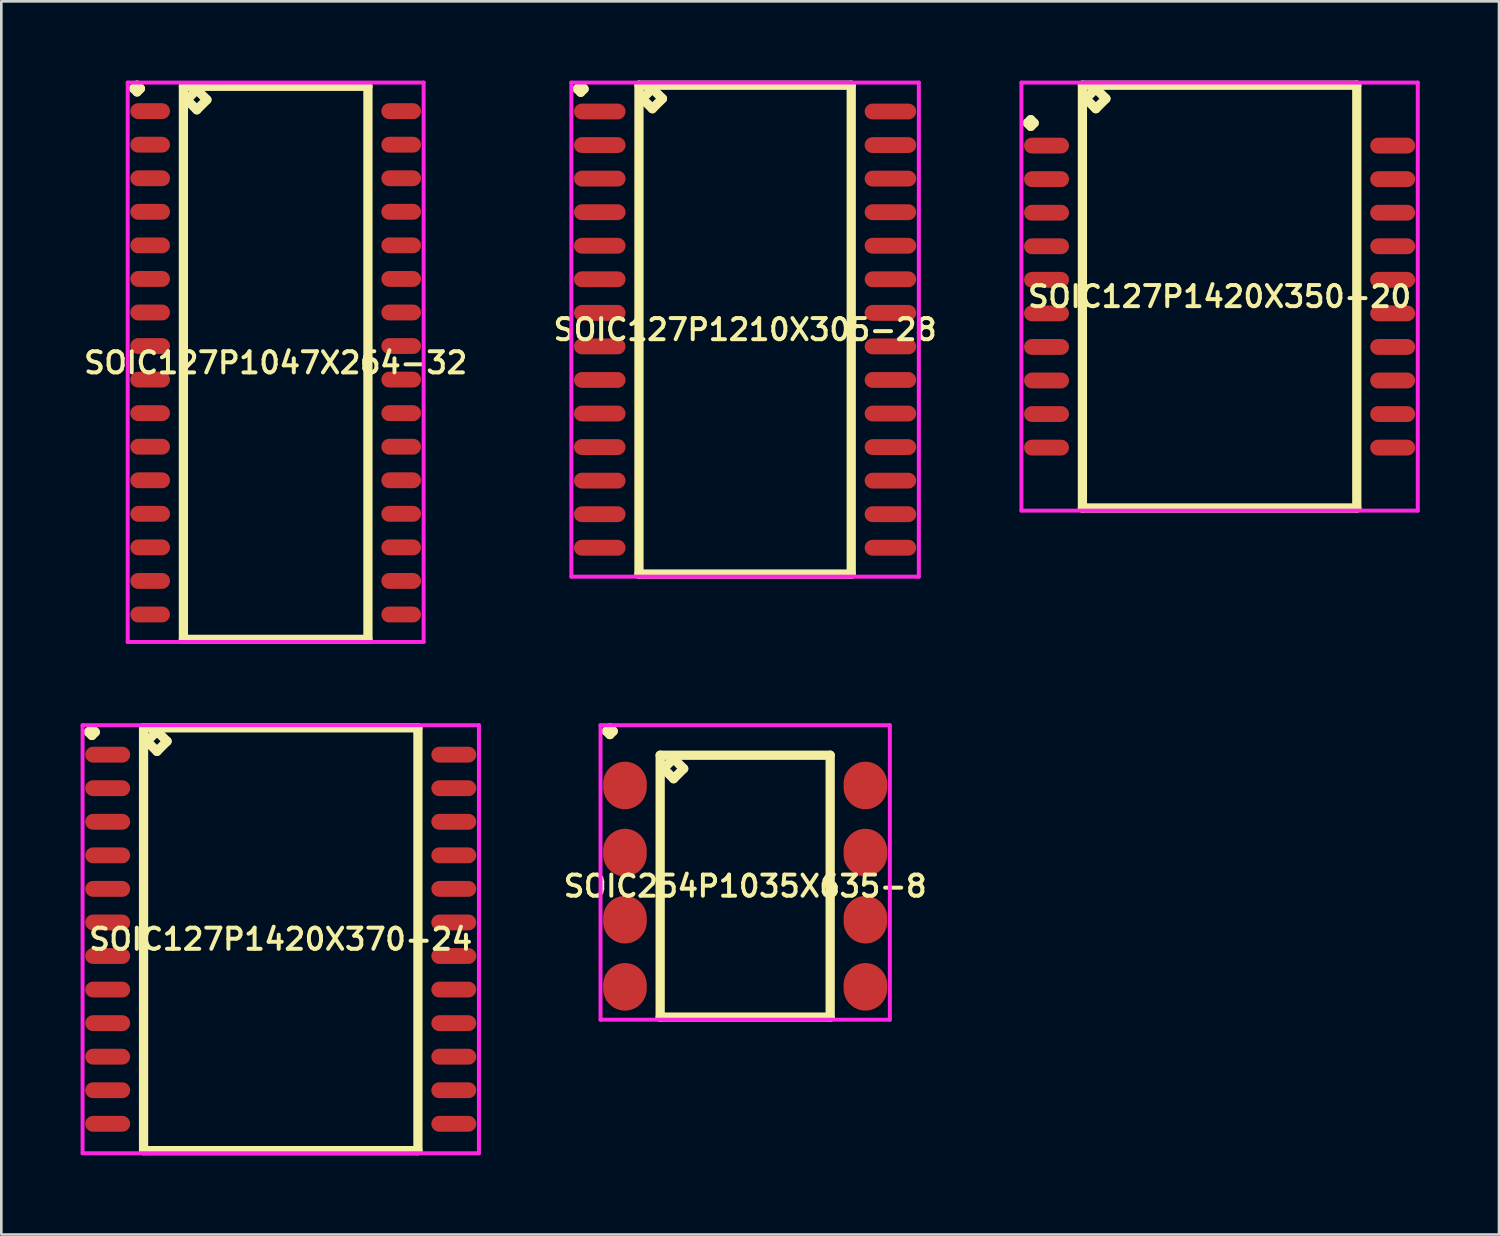
<source format=kicad_pcb>
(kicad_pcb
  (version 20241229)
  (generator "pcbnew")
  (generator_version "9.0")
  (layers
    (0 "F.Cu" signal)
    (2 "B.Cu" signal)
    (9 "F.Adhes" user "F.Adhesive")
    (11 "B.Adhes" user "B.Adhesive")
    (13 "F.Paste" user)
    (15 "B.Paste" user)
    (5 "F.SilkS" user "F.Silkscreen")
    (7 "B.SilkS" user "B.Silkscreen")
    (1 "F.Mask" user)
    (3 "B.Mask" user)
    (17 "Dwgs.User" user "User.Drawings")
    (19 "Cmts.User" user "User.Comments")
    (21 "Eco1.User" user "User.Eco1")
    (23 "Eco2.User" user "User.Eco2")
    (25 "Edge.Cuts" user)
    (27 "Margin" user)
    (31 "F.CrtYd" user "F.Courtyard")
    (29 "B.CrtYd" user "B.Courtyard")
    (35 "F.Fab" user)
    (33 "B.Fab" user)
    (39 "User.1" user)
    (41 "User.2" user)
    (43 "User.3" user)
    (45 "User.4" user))
  (footprint "SOIC127P1420X350-20"
    (layer "F.Cu")
    (at 43.107 8.175)
    (property "Reference" "SOIC127P1420X350-20" (at 0 0 0) (layer "F.SilkS") (effects (font (size 0.8 0.8) (thickness 0.15))))
    (attr smd)
    (fp_line (start -7.273 -6.569) (end -7.146 -6.696) (stroke (width 0.35) (type solid)) (layer "F.SilkS"))
    (fp_line (start -7.146 -6.696) (end -7.019 -6.569) (stroke (width 0.35) (type solid)) (layer "F.SilkS"))
    (fp_line (start -7.146 -6.442) (end -7.273 -6.569) (stroke (width 0.35) (type solid)) (layer "F.SilkS"))
    (fp_line (start -7.019 -6.569) (end -7.146 -6.442) (stroke (width 0.35) (type solid)) (layer "F.SilkS"))
    (fp_line (start -5.192 -8) (end -5.192 8) (stroke (width 0.35) (type solid)) (layer "F.SilkS"))
    (fp_line (start -5.192 8) (end 5.192 8) (stroke (width 0.35) (type solid)) (layer "F.SilkS"))
    (fp_line (start -5.065 -7.492) (end -4.684 -7.873) (stroke (width 0.35) (type solid)) (layer "F.SilkS"))
    (fp_line (start -4.684 -7.873) (end -4.303 -7.492) (stroke (width 0.35) (type solid)) (layer "F.SilkS"))
    (fp_line (start -4.684 -7.111) (end -5.065 -7.492) (stroke (width 0.35) (type solid)) (layer "F.SilkS"))
    (fp_line (start -4.303 -7.492) (end -4.684 -7.111) (stroke (width 0.35) (type solid)) (layer "F.SilkS"))
    (fp_line (start 5.192 -8) (end -5.192 -8) (stroke (width 0.35) (type solid)) (layer "F.SilkS"))
    (fp_line (start 5.192 8) (end 5.192 -8) (stroke (width 0.35) (type solid)) (layer "F.SilkS"))
    (fp_line (start -7.5 -8.1) (end 7.5 -8.1) (stroke (width 0.15) (type solid)) (layer "F.CrtYd"))
    (fp_line (start -7.5 8.1) (end -7.5 -8.1) (stroke (width 0.15) (type solid)) (layer "F.CrtYd"))
    (fp_line (start 7.5 -8.1) (end 7.5 8.1) (stroke (width 0.15) (type solid)) (layer "F.CrtYd"))
    (fp_line (start 7.5 8.1) (end -7.5 8.1) (stroke (width 0.15) (type solid)) (layer "F.CrtYd"))
    (pad "1" smd oval (at -6.55 -5.715) (size 1.7 0.6) (layers "F.Cu" "F.Mask" "F.Paste"))
    (pad "2" smd oval (at -6.55 -4.445) (size 1.7 0.6) (layers "F.Cu" "F.Mask" "F.Paste"))
    (pad "3" smd oval (at -6.55 -3.175) (size 1.7 0.6) (layers "F.Cu" "F.Mask" "F.Paste"))
    (pad "4" smd oval (at -6.55 -1.905) (size 1.7 0.6) (layers "F.Cu" "F.Mask" "F.Paste"))
    (pad "5" smd oval (at -6.55 -0.635) (size 1.7 0.6) (layers "F.Cu" "F.Mask" "F.Paste"))
    (pad "6" smd oval (at -6.55 0.635) (size 1.7 0.6) (layers "F.Cu" "F.Mask" "F.Paste"))
    (pad "7" smd oval (at -6.55 1.905) (size 1.7 0.6) (layers "F.Cu" "F.Mask" "F.Paste"))
    (pad "8" smd oval (at -6.55 3.175) (size 1.7 0.6) (layers "F.Cu" "F.Mask" "F.Paste"))
    (pad "9" smd oval (at -6.55 4.445) (size 1.7 0.6) (layers "F.Cu" "F.Mask" "F.Paste"))
    (pad "10" smd oval (at -6.55 5.715) (size 1.7 0.6) (layers "F.Cu" "F.Mask" "F.Paste"))
    (pad "11" smd oval (at 6.55 5.715) (size 1.7 0.6) (layers "F.Cu" "F.Mask" "F.Paste"))
    (pad "12" smd oval (at 6.55 4.445) (size 1.7 0.6) (layers "F.Cu" "F.Mask" "F.Paste"))
    (pad "13" smd oval (at 6.55 3.175) (size 1.7 0.6) (layers "F.Cu" "F.Mask" "F.Paste"))
    (pad "14" smd oval (at 6.55 1.905) (size 1.7 0.6) (layers "F.Cu" "F.Mask" "F.Paste"))
    (pad "15" smd oval (at 6.55 0.635) (size 1.7 0.6) (layers "F.Cu" "F.Mask" "F.Paste"))
    (pad "16" smd oval (at 6.55 -0.635) (size 1.7 0.6) (layers "F.Cu" "F.Mask" "F.Paste"))
    (pad "17" smd oval (at 6.55 -1.905) (size 1.7 0.6) (layers "F.Cu" "F.Mask" "F.Paste"))
    (pad "18" smd oval (at 6.55 -3.175) (size 1.7 0.6) (layers "F.Cu" "F.Mask" "F.Paste"))
    (pad "19" smd oval (at 6.55 -4.445) (size 1.7 0.6) (layers "F.Cu" "F.Mask" "F.Paste"))
    (pad "20" smd oval (at 6.55 -5.715) (size 1.7 0.6) (layers "F.Cu" "F.Mask" "F.Paste")))
  (footprint "SOIC127P1047X264-32"
    (layer "F.Cu")
    (at 7.383 10.681)
    (property "Reference" "SOIC127P1047X264-32" (at 0 0 0) (layer "F.SilkS") (effects (font (size 0.8 0.8) (thickness 0.15))))
    (attr smd)
    (fp_line (start -5.373 -10.379) (end -5.246 -10.506) (stroke (width 0.35) (type solid)) (layer "F.SilkS"))
    (fp_line (start -5.246 -10.506) (end -5.119 -10.379) (stroke (width 0.35) (type solid)) (layer "F.SilkS"))
    (fp_line (start -5.246 -10.252) (end -5.373 -10.379) (stroke (width 0.35) (type solid)) (layer "F.SilkS"))
    (fp_line (start -5.119 -10.379) (end -5.246 -10.252) (stroke (width 0.35) (type solid)) (layer "F.SilkS"))
    (fp_line (start -3.492 -10.465) (end -3.492 10.465) (stroke (width 0.35) (type solid)) (layer "F.SilkS"))
    (fp_line (start -3.492 10.465) (end 3.492 10.465) (stroke (width 0.35) (type solid)) (layer "F.SilkS"))
    (fp_line (start -3.365 -9.957) (end -2.984 -10.338) (stroke (width 0.35) (type solid)) (layer "F.SilkS"))
    (fp_line (start -2.984 -10.338) (end -2.603 -9.957) (stroke (width 0.35) (type solid)) (layer "F.SilkS"))
    (fp_line (start -2.984 -9.576) (end -3.365 -9.957) (stroke (width 0.35) (type solid)) (layer "F.SilkS"))
    (fp_line (start -2.603 -9.957) (end -2.984 -9.576) (stroke (width 0.35) (type solid)) (layer "F.SilkS"))
    (fp_line (start 3.492 -10.465) (end -3.492 -10.465) (stroke (width 0.35) (type solid)) (layer "F.SilkS"))
    (fp_line (start 3.492 10.465) (end 3.492 -10.465) (stroke (width 0.35) (type solid)) (layer "F.SilkS"))
    (fp_line (start -5.6 -10.606) (end 5.6 -10.606) (stroke (width 0.15) (type solid)) (layer "F.CrtYd"))
    (fp_line (start -5.6 10.565) (end -5.6 -10.606) (stroke (width 0.15) (type solid)) (layer "F.CrtYd"))
    (fp_line (start 5.6 -10.606) (end 5.6 10.565) (stroke (width 0.15) (type solid)) (layer "F.CrtYd"))
    (fp_line (start 5.6 10.565) (end -5.6 10.565) (stroke (width 0.15) (type solid)) (layer "F.CrtYd"))
    (pad "1" smd oval (at -4.75 -9.525) (size 1.5 0.6) (layers "F.Cu" "F.Mask" "F.Paste"))
    (pad "2" smd oval (at -4.75 -8.255) (size 1.5 0.6) (layers "F.Cu" "F.Mask" "F.Paste"))
    (pad "3" smd oval (at -4.75 -6.985) (size 1.5 0.6) (layers "F.Cu" "F.Mask" "F.Paste"))
    (pad "4" smd oval (at -4.75 -5.715) (size 1.5 0.6) (layers "F.Cu" "F.Mask" "F.Paste"))
    (pad "5" smd oval (at -4.75 -4.445) (size 1.5 0.6) (layers "F.Cu" "F.Mask" "F.Paste"))
    (pad "6" smd oval (at -4.75 -3.175) (size 1.5 0.6) (layers "F.Cu" "F.Mask" "F.Paste"))
    (pad "7" smd oval (at -4.75 -1.905) (size 1.5 0.6) (layers "F.Cu" "F.Mask" "F.Paste"))
    (pad "8" smd oval (at -4.75 -0.635) (size 1.5 0.6) (layers "F.Cu" "F.Mask" "F.Paste"))
    (pad "9" smd oval (at -4.75 0.635) (size 1.5 0.6) (layers "F.Cu" "F.Mask" "F.Paste"))
    (pad "10" smd oval (at -4.75 1.905) (size 1.5 0.6) (layers "F.Cu" "F.Mask" "F.Paste"))
    (pad "11" smd oval (at -4.75 3.175) (size 1.5 0.6) (layers "F.Cu" "F.Mask" "F.Paste"))
    (pad "12" smd oval (at -4.75 4.445) (size 1.5 0.6) (layers "F.Cu" "F.Mask" "F.Paste"))
    (pad "13" smd oval (at -4.75 5.715) (size 1.5 0.6) (layers "F.Cu" "F.Mask" "F.Paste"))
    (pad "14" smd oval (at -4.75 6.985) (size 1.5 0.6) (layers "F.Cu" "F.Mask" "F.Paste"))
    (pad "15" smd oval (at -4.75 8.255) (size 1.5 0.6) (layers "F.Cu" "F.Mask" "F.Paste"))
    (pad "16" smd oval (at -4.75 9.525) (size 1.5 0.6) (layers "F.Cu" "F.Mask" "F.Paste"))
    (pad "17" smd oval (at 4.75 9.525) (size 1.5 0.6) (layers "F.Cu" "F.Mask" "F.Paste"))
    (pad "18" smd oval (at 4.75 8.255) (size 1.5 0.6) (layers "F.Cu" "F.Mask" "F.Paste"))
    (pad "19" smd oval (at 4.75 6.985) (size 1.5 0.6) (layers "F.Cu" "F.Mask" "F.Paste"))
    (pad "20" smd oval (at 4.75 5.715) (size 1.5 0.6) (layers "F.Cu" "F.Mask" "F.Paste"))
    (pad "21" smd oval (at 4.75 4.445) (size 1.5 0.6) (layers "F.Cu" "F.Mask" "F.Paste"))
    (pad "22" smd oval (at 4.75 3.175) (size 1.5 0.6) (layers "F.Cu" "F.Mask" "F.Paste"))
    (pad "23" smd oval (at 4.75 1.905) (size 1.5 0.6) (layers "F.Cu" "F.Mask" "F.Paste"))
    (pad "24" smd oval (at 4.75 0.635) (size 1.5 0.6) (layers "F.Cu" "F.Mask" "F.Paste"))
    (pad "25" smd oval (at 4.75 -0.635) (size 1.5 0.6) (layers "F.Cu" "F.Mask" "F.Paste"))
    (pad "26" smd oval (at 4.75 -1.905) (size 1.5 0.6) (layers "F.Cu" "F.Mask" "F.Paste"))
    (pad "27" smd oval (at 4.75 -3.175) (size 1.5 0.6) (layers "F.Cu" "F.Mask" "F.Paste"))
    (pad "28" smd oval (at 4.75 -4.445) (size 1.5 0.6) (layers "F.Cu" "F.Mask" "F.Paste"))
    (pad "29" smd oval (at 4.75 -5.715) (size 1.5 0.6) (layers "F.Cu" "F.Mask" "F.Paste"))
    (pad "30" smd oval (at 4.75 -6.985) (size 1.5 0.6) (layers "F.Cu" "F.Mask" "F.Paste"))
    (pad "31" smd oval (at 4.75 -8.255) (size 1.5 0.6) (layers "F.Cu" "F.Mask" "F.Paste"))
    (pad "32" smd oval (at 4.75 -9.525) (size 1.5 0.6) (layers "F.Cu" "F.Mask" "F.Paste")))
  (footprint "SOIC254P1035X635-8"
    (layer "F.Cu")
    (at 25.152 30.487)
    (property "Reference" "SOIC254P1035X635-8" (at 0 0 0) (layer "F.SilkS") (effects (font (size 0.8 0.8) (thickness 0.15))))
    (attr smd)
    (fp_line (start -5.248 -5.864) (end -5.121 -5.991) (stroke (width 0.35) (type solid)) (layer "F.SilkS"))
    (fp_line (start -5.121 -5.991) (end -4.994 -5.864) (stroke (width 0.35) (type solid)) (layer "F.SilkS"))
    (fp_line (start -5.121 -5.737) (end -5.248 -5.864) (stroke (width 0.35) (type solid)) (layer "F.SilkS"))
    (fp_line (start -4.994 -5.864) (end -5.121 -5.737) (stroke (width 0.35) (type solid)) (layer "F.SilkS"))
    (fp_line (start -3.217 -4.955) (end -3.217 4.955) (stroke (width 0.35) (type solid)) (layer "F.SilkS"))
    (fp_line (start -3.217 4.955) (end 3.217 4.955) (stroke (width 0.35) (type solid)) (layer "F.SilkS"))
    (fp_line (start -3.09 -4.447) (end -2.709 -4.828) (stroke (width 0.35) (type solid)) (layer "F.SilkS"))
    (fp_line (start -2.709 -4.828) (end -2.328 -4.447) (stroke (width 0.35) (type solid)) (layer "F.SilkS"))
    (fp_line (start -2.709 -4.066) (end -3.09 -4.447) (stroke (width 0.35) (type solid)) (layer "F.SilkS"))
    (fp_line (start -2.328 -4.447) (end -2.709 -4.066) (stroke (width 0.35) (type solid)) (layer "F.SilkS"))
    (fp_line (start 3.217 -4.955) (end -3.217 -4.955) (stroke (width 0.35) (type solid)) (layer "F.SilkS"))
    (fp_line (start 3.217 4.955) (end 3.217 -4.955) (stroke (width 0.35) (type solid)) (layer "F.SilkS"))
    (fp_line (start -5.475 -6.091) (end 5.475 -6.091) (stroke (width 0.15) (type solid)) (layer "F.CrtYd"))
    (fp_line (start -5.475 5.055) (end -5.475 -6.091) (stroke (width 0.15) (type solid)) (layer "F.CrtYd"))
    (fp_line (start 5.475 -6.091) (end 5.475 5.055) (stroke (width 0.15) (type solid)) (layer "F.CrtYd"))
    (fp_line (start 5.475 5.055) (end -5.475 5.055) (stroke (width 0.15) (type solid)) (layer "F.CrtYd"))
    (pad "1" smd oval (at -4.55 -3.81) (size 1.65 1.8) (layers "F.Cu" "F.Mask" "F.Paste"))
    (pad "2" smd oval (at -4.55 -1.27) (size 1.65 1.8) (layers "F.Cu" "F.Mask" "F.Paste"))
    (pad "3" smd oval (at -4.55 1.27) (size 1.65 1.8) (layers "F.Cu" "F.Mask" "F.Paste"))
    (pad "4" smd oval (at -4.55 3.81) (size 1.65 1.8) (layers "F.Cu" "F.Mask" "F.Paste"))
    (pad "5" smd oval (at 4.55 3.81) (size 1.65 1.8) (layers "F.Cu" "F.Mask" "F.Paste"))
    (pad "6" smd oval (at 4.55 1.27) (size 1.65 1.8) (layers "F.Cu" "F.Mask" "F.Paste"))
    (pad "7" smd oval (at 4.55 -1.27) (size 1.65 1.8) (layers "F.Cu" "F.Mask" "F.Paste"))
    (pad "8" smd oval (at 4.55 -3.81) (size 1.65 1.8) (layers "F.Cu" "F.Mask" "F.Paste")))
  (footprint "SOIC127P1210X305-28"
    (layer "F.Cu")
    (at 25.149 9.425)
    (property "Reference" "SOIC127P1210X305-28" (at 0 0 0) (layer "F.SilkS") (effects (font (size 0.8 0.8) (thickness 0.15))))
    (attr smd)
    (fp_line (start -6.348 -9.109) (end -6.221 -9.236) (stroke (width 0.35) (type solid)) (layer "F.SilkS"))
    (fp_line (start -6.221 -9.236) (end -6.094 -9.109) (stroke (width 0.35) (type solid)) (layer "F.SilkS"))
    (fp_line (start -6.221 -8.982) (end -6.348 -9.109) (stroke (width 0.35) (type solid)) (layer "F.SilkS"))
    (fp_line (start -6.094 -9.109) (end -6.221 -8.982) (stroke (width 0.35) (type solid)) (layer "F.SilkS"))
    (fp_line (start -4.017 -9.25) (end -4.017 9.25) (stroke (width 0.35) (type solid)) (layer "F.SilkS"))
    (fp_line (start -4.017 9.25) (end 4.017 9.25) (stroke (width 0.35) (type solid)) (layer "F.SilkS"))
    (fp_line (start -3.89 -8.742) (end -3.509 -9.123) (stroke (width 0.35) (type solid)) (layer "F.SilkS"))
    (fp_line (start -3.509 -9.123) (end -3.128 -8.742) (stroke (width 0.35) (type solid)) (layer "F.SilkS"))
    (fp_line (start -3.509 -8.361) (end -3.89 -8.742) (stroke (width 0.35) (type solid)) (layer "F.SilkS"))
    (fp_line (start -3.128 -8.742) (end -3.509 -8.361) (stroke (width 0.35) (type solid)) (layer "F.SilkS"))
    (fp_line (start 4.017 -9.25) (end -4.017 -9.25) (stroke (width 0.35) (type solid)) (layer "F.SilkS"))
    (fp_line (start 4.017 9.25) (end 4.017 -9.25) (stroke (width 0.35) (type solid)) (layer "F.SilkS"))
    (fp_line (start -6.575 -9.35) (end 6.575 -9.35) (stroke (width 0.15) (type solid)) (layer "F.CrtYd"))
    (fp_line (start -6.575 9.35) (end -6.575 -9.35) (stroke (width 0.15) (type solid)) (layer "F.CrtYd"))
    (fp_line (start 6.575 -9.35) (end 6.575 9.35) (stroke (width 0.15) (type solid)) (layer "F.CrtYd"))
    (fp_line (start 6.575 9.35) (end -6.575 9.35) (stroke (width 0.15) (type solid)) (layer "F.CrtYd"))
    (pad "1" smd oval (at -5.5 -8.255) (size 1.95 0.6) (layers "F.Cu" "F.Mask" "F.Paste"))
    (pad "2" smd oval (at -5.5 -6.985) (size 1.95 0.6) (layers "F.Cu" "F.Mask" "F.Paste"))
    (pad "3" smd oval (at -5.5 -5.715) (size 1.95 0.6) (layers "F.Cu" "F.Mask" "F.Paste"))
    (pad "4" smd oval (at -5.5 -4.445) (size 1.95 0.6) (layers "F.Cu" "F.Mask" "F.Paste"))
    (pad "5" smd oval (at -5.5 -3.175) (size 1.95 0.6) (layers "F.Cu" "F.Mask" "F.Paste"))
    (pad "6" smd oval (at -5.5 -1.905) (size 1.95 0.6) (layers "F.Cu" "F.Mask" "F.Paste"))
    (pad "7" smd oval (at -5.5 -0.635) (size 1.95 0.6) (layers "F.Cu" "F.Mask" "F.Paste"))
    (pad "8" smd oval (at -5.5 0.635) (size 1.95 0.6) (layers "F.Cu" "F.Mask" "F.Paste"))
    (pad "9" smd oval (at -5.5 1.905) (size 1.95 0.6) (layers "F.Cu" "F.Mask" "F.Paste"))
    (pad "10" smd oval (at -5.5 3.175) (size 1.95 0.6) (layers "F.Cu" "F.Mask" "F.Paste"))
    (pad "11" smd oval (at -5.5 4.445) (size 1.95 0.6) (layers "F.Cu" "F.Mask" "F.Paste"))
    (pad "12" smd oval (at -5.5 5.715) (size 1.95 0.6) (layers "F.Cu" "F.Mask" "F.Paste"))
    (pad "13" smd oval (at -5.5 6.985) (size 1.95 0.6) (layers "F.Cu" "F.Mask" "F.Paste"))
    (pad "14" smd oval (at -5.5 8.255) (size 1.95 0.6) (layers "F.Cu" "F.Mask" "F.Paste"))
    (pad "15" smd oval (at 5.5 8.255) (size 1.95 0.6) (layers "F.Cu" "F.Mask" "F.Paste"))
    (pad "16" smd oval (at 5.5 6.985) (size 1.95 0.6) (layers "F.Cu" "F.Mask" "F.Paste"))
    (pad "17" smd oval (at 5.5 5.715) (size 1.95 0.6) (layers "F.Cu" "F.Mask" "F.Paste"))
    (pad "18" smd oval (at 5.5 4.445) (size 1.95 0.6) (layers "F.Cu" "F.Mask" "F.Paste"))
    (pad "19" smd oval (at 5.5 3.175) (size 1.95 0.6) (layers "F.Cu" "F.Mask" "F.Paste"))
    (pad "20" smd oval (at 5.5 1.905) (size 1.95 0.6) (layers "F.Cu" "F.Mask" "F.Paste"))
    (pad "21" smd oval (at 5.5 0.635) (size 1.95 0.6) (layers "F.Cu" "F.Mask" "F.Paste"))
    (pad "22" smd oval (at 5.5 -0.635) (size 1.95 0.6) (layers "F.Cu" "F.Mask" "F.Paste"))
    (pad "23" smd oval (at 5.5 -1.905) (size 1.95 0.6) (layers "F.Cu" "F.Mask" "F.Paste"))
    (pad "24" smd oval (at 5.5 -3.175) (size 1.95 0.6) (layers "F.Cu" "F.Mask" "F.Paste"))
    (pad "25" smd oval (at 5.5 -4.445) (size 1.95 0.6) (layers "F.Cu" "F.Mask" "F.Paste"))
    (pad "26" smd oval (at 5.5 -5.715) (size 1.95 0.6) (layers "F.Cu" "F.Mask" "F.Paste"))
    (pad "27" smd oval (at 5.5 -6.985) (size 1.95 0.6) (layers "F.Cu" "F.Mask" "F.Paste"))
    (pad "28" smd oval (at 5.5 -8.255) (size 1.95 0.6) (layers "F.Cu" "F.Mask" "F.Paste")))
  (footprint "SOIC127P1420X370-24"
    (layer "F.Cu")
    (at 7.575 32.496)
    (property "Reference" "SOIC127P1420X370-24" (at 0 0 0) (layer "F.SilkS") (effects (font (size 0.8 0.8) (thickness 0.15))))
    (attr smd)
    (fp_line (start -7.273 -7.839) (end -7.146 -7.966) (stroke (width 0.35) (type solid)) (layer "F.SilkS"))
    (fp_line (start -7.146 -7.966) (end -7.019 -7.839) (stroke (width 0.35) (type solid)) (layer "F.SilkS"))
    (fp_line (start -7.146 -7.712) (end -7.273 -7.839) (stroke (width 0.35) (type solid)) (layer "F.SilkS"))
    (fp_line (start -7.019 -7.839) (end -7.146 -7.712) (stroke (width 0.35) (type solid)) (layer "F.SilkS"))
    (fp_line (start -5.192 -8) (end -5.192 8) (stroke (width 0.35) (type solid)) (layer "F.SilkS"))
    (fp_line (start -5.192 8) (end 5.192 8) (stroke (width 0.35) (type solid)) (layer "F.SilkS"))
    (fp_line (start -5.065 -7.492) (end -4.684 -7.873) (stroke (width 0.35) (type solid)) (layer "F.SilkS"))
    (fp_line (start -4.684 -7.873) (end -4.303 -7.492) (stroke (width 0.35) (type solid)) (layer "F.SilkS"))
    (fp_line (start -4.684 -7.111) (end -5.065 -7.492) (stroke (width 0.35) (type solid)) (layer "F.SilkS"))
    (fp_line (start -4.303 -7.492) (end -4.684 -7.111) (stroke (width 0.35) (type solid)) (layer "F.SilkS"))
    (fp_line (start 5.192 -8) (end -5.192 -8) (stroke (width 0.35) (type solid)) (layer "F.SilkS"))
    (fp_line (start 5.192 8) (end 5.192 -8) (stroke (width 0.35) (type solid)) (layer "F.SilkS"))
    (fp_line (start -7.5 -8.1) (end 7.5 -8.1) (stroke (width 0.15) (type solid)) (layer "F.CrtYd"))
    (fp_line (start -7.5 8.1) (end -7.5 -8.1) (stroke (width 0.15) (type solid)) (layer "F.CrtYd"))
    (fp_line (start 7.5 -8.1) (end 7.5 8.1) (stroke (width 0.15) (type solid)) (layer "F.CrtYd"))
    (fp_line (start 7.5 8.1) (end -7.5 8.1) (stroke (width 0.15) (type solid)) (layer "F.CrtYd"))
    (pad "1" smd oval (at -6.55 -6.985) (size 1.7 0.6) (layers "F.Cu" "F.Mask" "F.Paste"))
    (pad "2" smd oval (at -6.55 -5.715) (size 1.7 0.6) (layers "F.Cu" "F.Mask" "F.Paste"))
    (pad "3" smd oval (at -6.55 -4.445) (size 1.7 0.6) (layers "F.Cu" "F.Mask" "F.Paste"))
    (pad "4" smd oval (at -6.55 -3.175) (size 1.7 0.6) (layers "F.Cu" "F.Mask" "F.Paste"))
    (pad "5" smd oval (at -6.55 -1.905) (size 1.7 0.6) (layers "F.Cu" "F.Mask" "F.Paste"))
    (pad "6" smd oval (at -6.55 -0.635) (size 1.7 0.6) (layers "F.Cu" "F.Mask" "F.Paste"))
    (pad "7" smd oval (at -6.55 0.635) (size 1.7 0.6) (layers "F.Cu" "F.Mask" "F.Paste"))
    (pad "8" smd oval (at -6.55 1.905) (size 1.7 0.6) (layers "F.Cu" "F.Mask" "F.Paste"))
    (pad "9" smd oval (at -6.55 3.175) (size 1.7 0.6) (layers "F.Cu" "F.Mask" "F.Paste"))
    (pad "10" smd oval (at -6.55 4.445) (size 1.7 0.6) (layers "F.Cu" "F.Mask" "F.Paste"))
    (pad "11" smd oval (at -6.55 5.715) (size 1.7 0.6) (layers "F.Cu" "F.Mask" "F.Paste"))
    (pad "12" smd oval (at -6.55 6.985) (size 1.7 0.6) (layers "F.Cu" "F.Mask" "F.Paste"))
    (pad "13" smd oval (at 6.55 6.985) (size 1.7 0.6) (layers "F.Cu" "F.Mask" "F.Paste"))
    (pad "14" smd oval (at 6.55 5.715) (size 1.7 0.6) (layers "F.Cu" "F.Mask" "F.Paste"))
    (pad "15" smd oval (at 6.55 4.445) (size 1.7 0.6) (layers "F.Cu" "F.Mask" "F.Paste"))
    (pad "16" smd oval (at 6.55 3.175) (size 1.7 0.6) (layers "F.Cu" "F.Mask" "F.Paste"))
    (pad "17" smd oval (at 6.55 1.905) (size 1.7 0.6) (layers "F.Cu" "F.Mask" "F.Paste"))
    (pad "18" smd oval (at 6.55 0.635) (size 1.7 0.6) (layers "F.Cu" "F.Mask" "F.Paste"))
    (pad "19" smd oval (at 6.55 -0.635) (size 1.7 0.6) (layers "F.Cu" "F.Mask" "F.Paste"))
    (pad "20" smd oval (at 6.55 -1.905) (size 1.7 0.6) (layers "F.Cu" "F.Mask" "F.Paste"))
    (pad "21" smd oval (at 6.55 -3.175) (size 1.7 0.6) (layers "F.Cu" "F.Mask" "F.Paste"))
    (pad "22" smd oval (at 6.55 -4.445) (size 1.7 0.6) (layers "F.Cu" "F.Mask" "F.Paste"))
    (pad "23" smd oval (at 6.55 -5.715) (size 1.7 0.6) (layers "F.Cu" "F.Mask" "F.Paste"))
    (pad "24" smd oval (at 6.55 -6.985) (size 1.7 0.6) (layers "F.Cu" "F.Mask" "F.Paste")))
  (gr_rect
    (start -3 -3)
    (end 53.682 43.671)
    (stroke (width 0.1) (type default))
    (fill no)
    (layer "Edge.Cuts")))
</source>
